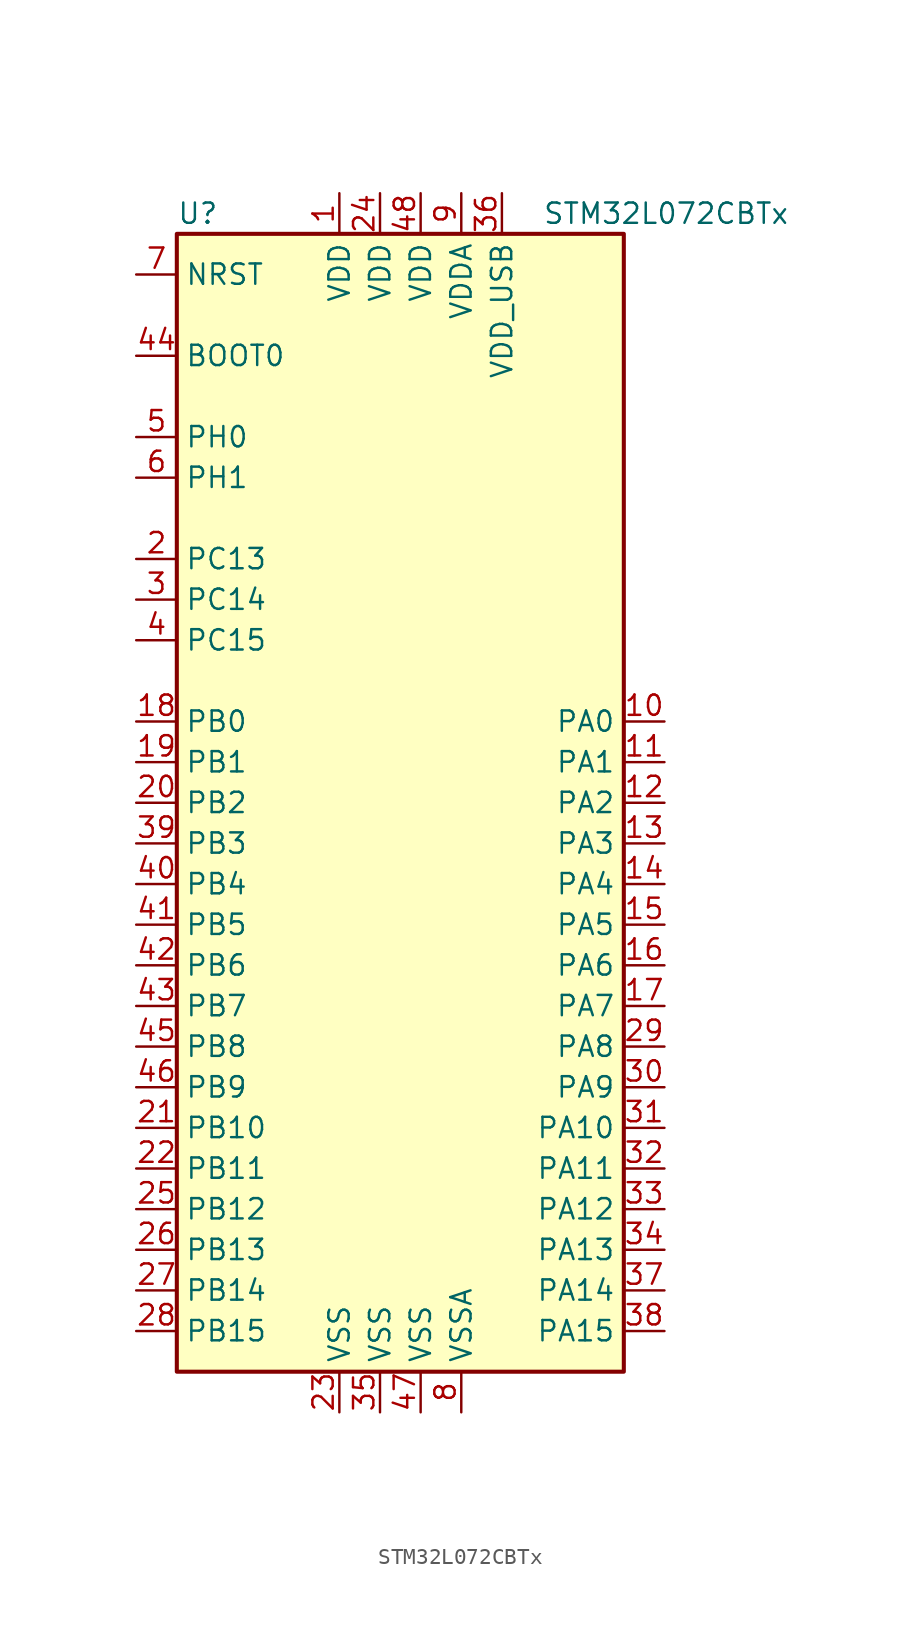
<source format=kicad_sym>
(kicad_symbol_lib
  (version 20201005)
  (generator kicad_symbol_editor)
  (symbol "STM32L072CBTx"
    (property "Reference" "U"
      (at -15.24 36.83 0)
      (effects (font (size 1.27 1.27)) (justify left)))
    (property "Value" "STM32L072CBTx"
      (at 7.62 36.83 0)
      (effects (font (size 1.27 1.27)) (justify left)))
    (symbol "STM32L072CBTx_0_1"
      (rectangle (start -15.24 -35.56) (end 12.7 35.56) (stroke (width 0.254)) (fill (type background))))
    (symbol "STM32L072CBTx_1_1"
      (pin power_in line (at -5.08 38.1 270) (length 2.54) (name "VDD" (effects (font (size 1.27 1.27)))) (number "1" (effects (font (size 1.27 1.27)))))
      (pin bidirectional line (at 15.24 5.08 180) (length 2.54) (name "PA0" (effects (font (size 1.27 1.27)))) (number "10" (effects (font (size 1.27 1.27)))))
      (pin bidirectional line (at 15.24 2.54 180) (length 2.54) (name "PA1" (effects (font (size 1.27 1.27)))) (number "11" (effects (font (size 1.27 1.27)))))
      (pin bidirectional line (at 15.24 0 180) (length 2.54) (name "PA2" (effects (font (size 1.27 1.27)))) (number "12" (effects (font (size 1.27 1.27)))))
      (pin bidirectional line (at 15.24 -2.54 180) (length 2.54) (name "PA3" (effects (font (size 1.27 1.27)))) (number "13" (effects (font (size 1.27 1.27)))))
      (pin bidirectional line (at 15.24 -5.08 180) (length 2.54) (name "PA4" (effects (font (size 1.27 1.27)))) (number "14" (effects (font (size 1.27 1.27)))))
      (pin bidirectional line (at 15.24 -7.62 180) (length 2.54) (name "PA5" (effects (font (size 1.27 1.27)))) (number "15" (effects (font (size 1.27 1.27)))))
      (pin bidirectional line (at 15.24 -10.16 180) (length 2.54) (name "PA6" (effects (font (size 1.27 1.27)))) (number "16" (effects (font (size 1.27 1.27)))))
      (pin bidirectional line (at 15.24 -12.7 180) (length 2.54) (name "PA7" (effects (font (size 1.27 1.27)))) (number "17" (effects (font (size 1.27 1.27)))))
      (pin bidirectional line (at -17.78 5.08 0) (length 2.54) (name "PB0" (effects (font (size 1.27 1.27)))) (number "18" (effects (font (size 1.27 1.27)))))
      (pin bidirectional line (at -17.78 2.54 0) (length 2.54) (name "PB1" (effects (font (size 1.27 1.27)))) (number "19" (effects (font (size 1.27 1.27)))))
      (pin bidirectional line (at -17.78 15.24 0) (length 2.54) (name "PC13" (effects (font (size 1.27 1.27)))) (number "2" (effects (font (size 1.27 1.27)))))
      (pin bidirectional line (at -17.78 0 0) (length 2.54) (name "PB2" (effects (font (size 1.27 1.27)))) (number "20" (effects (font (size 1.27 1.27)))))
      (pin bidirectional line (at -17.78 -20.32 0) (length 2.54) (name "PB10" (effects (font (size 1.27 1.27)))) (number "21" (effects (font (size 1.27 1.27)))))
      (pin bidirectional line (at -17.78 -22.86 0) (length 2.54) (name "PB11" (effects (font (size 1.27 1.27)))) (number "22" (effects (font (size 1.27 1.27)))))
      (pin power_in line (at -5.08 -38.1 90) (length 2.54) (name "VSS" (effects (font (size 1.27 1.27)))) (number "23" (effects (font (size 1.27 1.27)))))
      (pin power_in line (at -2.54 38.1 270) (length 2.54) (name "VDD" (effects (font (size 1.27 1.27)))) (number "24" (effects (font (size 1.27 1.27)))))
      (pin bidirectional line (at -17.78 -25.4 0) (length 2.54) (name "PB12" (effects (font (size 1.27 1.27)))) (number "25" (effects (font (size 1.27 1.27)))))
      (pin bidirectional line (at -17.78 -27.94 0) (length 2.54) (name "PB13" (effects (font (size 1.27 1.27)))) (number "26" (effects (font (size 1.27 1.27)))))
      (pin bidirectional line (at -17.78 -30.48 0) (length 2.54) (name "PB14" (effects (font (size 1.27 1.27)))) (number "27" (effects (font (size 1.27 1.27)))))
      (pin bidirectional line (at -17.78 -33.02 0) (length 2.54) (name "PB15" (effects (font (size 1.27 1.27)))) (number "28" (effects (font (size 1.27 1.27)))))
      (pin bidirectional line (at 15.24 -15.24 180) (length 2.54) (name "PA8" (effects (font (size 1.27 1.27)))) (number "29" (effects (font (size 1.27 1.27)))))
      (pin bidirectional line (at -17.78 12.7 0) (length 2.54) (name "PC14" (effects (font (size 1.27 1.27)))) (number "3" (effects (font (size 1.27 1.27)))))
      (pin bidirectional line (at 15.24 -17.78 180) (length 2.54) (name "PA9" (effects (font (size 1.27 1.27)))) (number "30" (effects (font (size 1.27 1.27)))))
      (pin bidirectional line (at 15.24 -20.32 180) (length 2.54) (name "PA10" (effects (font (size 1.27 1.27)))) (number "31" (effects (font (size 1.27 1.27)))))
      (pin bidirectional line (at 15.24 -22.86 180) (length 2.54) (name "PA11" (effects (font (size 1.27 1.27)))) (number "32" (effects (font (size 1.27 1.27)))))
      (pin bidirectional line (at 15.24 -25.4 180) (length 2.54) (name "PA12" (effects (font (size 1.27 1.27)))) (number "33" (effects (font (size 1.27 1.27)))))
      (pin bidirectional line (at 15.24 -27.94 180) (length 2.54) (name "PA13" (effects (font (size 1.27 1.27)))) (number "34" (effects (font (size 1.27 1.27)))))
      (pin power_in line (at -2.54 -38.1 90) (length 2.54) (name "VSS" (effects (font (size 1.27 1.27)))) (number "35" (effects (font (size 1.27 1.27)))))
      (pin power_in line (at 5.08 38.1 270) (length 2.54) (name "VDD_USB" (effects (font (size 1.27 1.27)))) (number "36" (effects (font (size 1.27 1.27)))))
      (pin bidirectional line (at 15.24 -30.48 180) (length 2.54) (name "PA14" (effects (font (size 1.27 1.27)))) (number "37" (effects (font (size 1.27 1.27)))))
      (pin bidirectional line (at 15.24 -33.02 180) (length 2.54) (name "PA15" (effects (font (size 1.27 1.27)))) (number "38" (effects (font (size 1.27 1.27)))))
      (pin bidirectional line (at -17.78 -2.54 0) (length 2.54) (name "PB3" (effects (font (size 1.27 1.27)))) (number "39" (effects (font (size 1.27 1.27)))))
      (pin bidirectional line (at -17.78 10.16 0) (length 2.54) (name "PC15" (effects (font (size 1.27 1.27)))) (number "4" (effects (font (size 1.27 1.27)))))
      (pin bidirectional line (at -17.78 -5.08 0) (length 2.54) (name "PB4" (effects (font (size 1.27 1.27)))) (number "40" (effects (font (size 1.27 1.27)))))
      (pin bidirectional line (at -17.78 -7.62 0) (length 2.54) (name "PB5" (effects (font (size 1.27 1.27)))) (number "41" (effects (font (size 1.27 1.27)))))
      (pin bidirectional line (at -17.78 -10.16 0) (length 2.54) (name "PB6" (effects (font (size 1.27 1.27)))) (number "42" (effects (font (size 1.27 1.27)))))
      (pin bidirectional line (at -17.78 -12.7 0) (length 2.54) (name "PB7" (effects (font (size 1.27 1.27)))) (number "43" (effects (font (size 1.27 1.27)))))
      (pin input line (at -17.78 27.94 0) (length 2.54) (name "BOOT0" (effects (font (size 1.27 1.27)))) (number "44" (effects (font (size 1.27 1.27)))))
      (pin bidirectional line (at -17.78 -15.24 0) (length 2.54) (name "PB8" (effects (font (size 1.27 1.27)))) (number "45" (effects (font (size 1.27 1.27)))))
      (pin bidirectional line (at -17.78 -17.78 0) (length 2.54) (name "PB9" (effects (font (size 1.27 1.27)))) (number "46" (effects (font (size 1.27 1.27)))))
      (pin power_in line (at 0 -38.1 90) (length 2.54) (name "VSS" (effects (font (size 1.27 1.27)))) (number "47" (effects (font (size 1.27 1.27)))))
      (pin power_in line (at 0 38.1 270) (length 2.54) (name "VDD" (effects (font (size 1.27 1.27)))) (number "48" (effects (font (size 1.27 1.27)))))
      (pin input line (at -17.78 22.86 0) (length 2.54) (name "PH0" (effects (font (size 1.27 1.27)))) (number "5" (effects (font (size 1.27 1.27)))))
      (pin input line (at -17.78 20.32 0) (length 2.54) (name "PH1" (effects (font (size 1.27 1.27)))) (number "6" (effects (font (size 1.27 1.27)))))
      (pin input line (at -17.78 33.02 0) (length 2.54) (name "NRST" (effects (font (size 1.27 1.27)))) (number "7" (effects (font (size 1.27 1.27)))))
      (pin power_in line (at 2.54 -38.1 90) (length 2.54) (name "VSSA" (effects (font (size 1.27 1.27)))) (number "8" (effects (font (size 1.27 1.27)))))
      (pin power_in line (at 2.54 38.1 270) (length 2.54) (name "VDDA" (effects (font (size 1.27 1.27)))) (number "9" (effects (font (size 1.27 1.27))))))))
</source>
